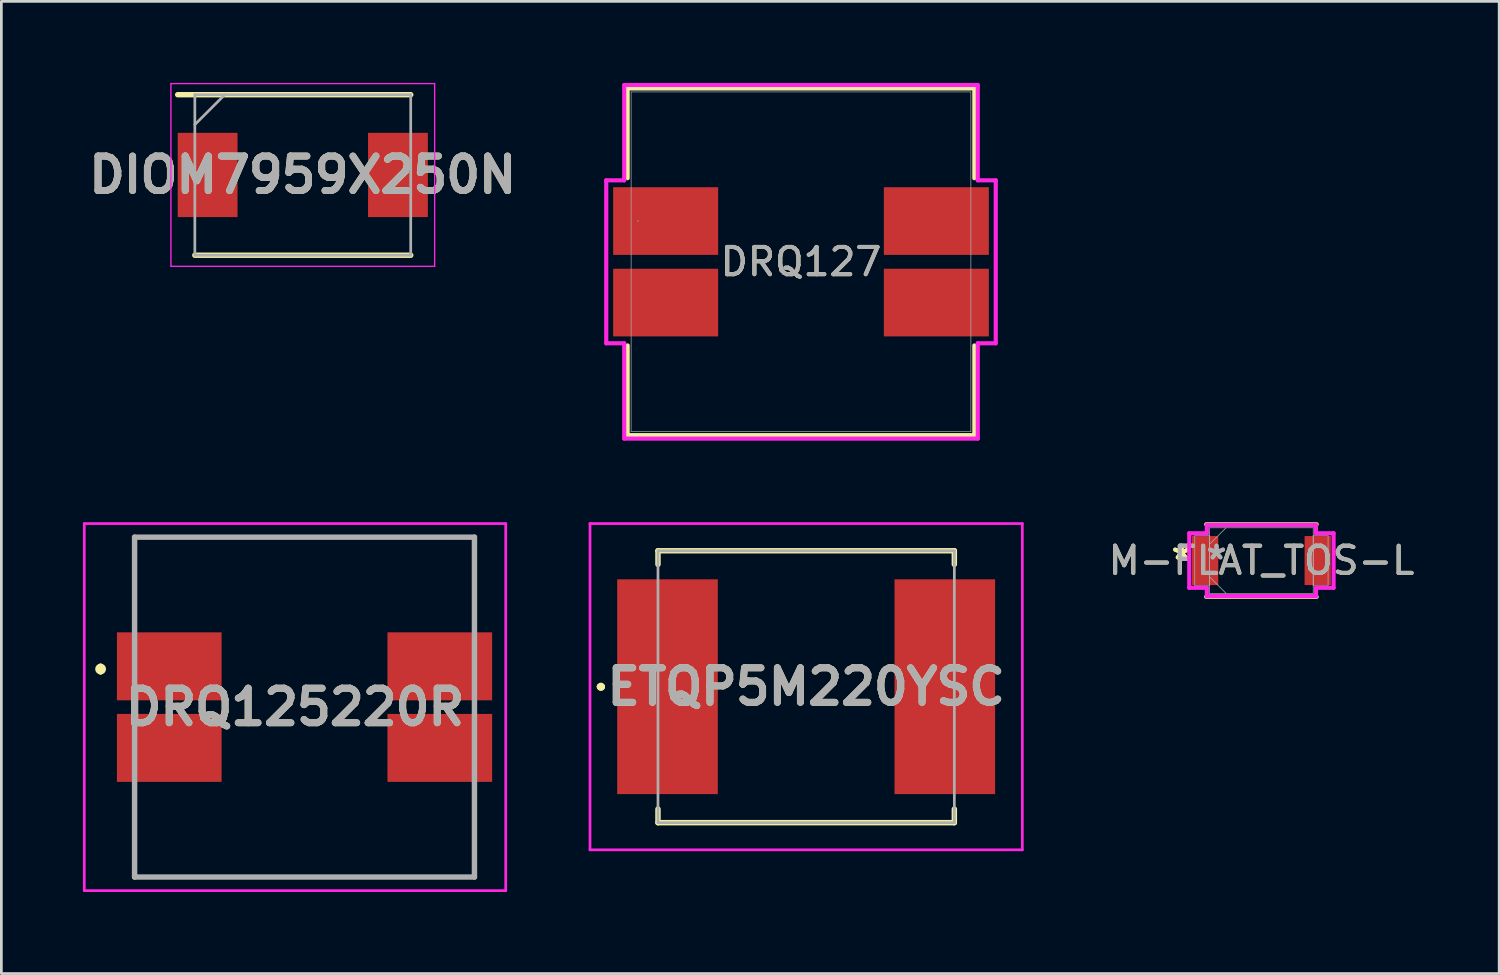
<source format=kicad_pcb>
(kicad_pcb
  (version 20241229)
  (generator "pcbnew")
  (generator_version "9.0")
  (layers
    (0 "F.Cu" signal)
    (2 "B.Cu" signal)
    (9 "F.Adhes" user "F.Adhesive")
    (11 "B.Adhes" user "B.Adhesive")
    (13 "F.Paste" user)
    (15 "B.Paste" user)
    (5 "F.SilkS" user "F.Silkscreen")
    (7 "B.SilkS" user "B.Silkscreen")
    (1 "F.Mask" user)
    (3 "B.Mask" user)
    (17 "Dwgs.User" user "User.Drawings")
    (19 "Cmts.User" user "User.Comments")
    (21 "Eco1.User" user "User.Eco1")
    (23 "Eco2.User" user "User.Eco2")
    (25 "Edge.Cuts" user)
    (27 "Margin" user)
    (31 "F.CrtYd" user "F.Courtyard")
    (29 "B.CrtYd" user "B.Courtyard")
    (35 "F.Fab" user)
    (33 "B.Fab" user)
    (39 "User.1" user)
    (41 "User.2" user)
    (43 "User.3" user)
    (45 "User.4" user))
  (footprint "M-FLAT_TOS-L"
    (layer "F.Cu")
    (at 43.344 17.567)
    (property "Reference" "M-FLAT_TOS-L" (at 0 0 0) (unlocked yes) (layer "F.SilkS") (effects (font (size 1 1) (thickness 0.15))))
    (attr smd)
    (fp_line (start -2.032 1.333) (end 2.032 1.333) (stroke (width 0.152) (type solid)) (layer "F.SilkS"))
    (fp_line (start 2.032 -1.333) (end -2.032 -1.333) (stroke (width 0.152) (type solid)) (layer "F.SilkS"))
    (fp_line (start -2.654 -1.003) (end -2.007 -1.003) (stroke (width 0.152) (type solid)) (layer "F.CrtYd"))
    (fp_line (start -2.654 1.003) (end -2.654 -1.003) (stroke (width 0.152) (type solid)) (layer "F.CrtYd"))
    (fp_line (start -2.007 -1.308) (end 2.007 -1.308) (stroke (width 0.152) (type solid)) (layer "F.CrtYd"))
    (fp_line (start -2.007 -1.003) (end -2.007 -1.308) (stroke (width 0.152) (type solid)) (layer "F.CrtYd"))
    (fp_line (start -2.007 1.003) (end -2.654 1.003) (stroke (width 0.152) (type solid)) (layer "F.CrtYd"))
    (fp_line (start -2.007 1.308) (end -2.007 1.003) (stroke (width 0.152) (type solid)) (layer "F.CrtYd"))
    (fp_line (start 2.007 -1.308) (end 2.007 -1.003) (stroke (width 0.152) (type solid)) (layer "F.CrtYd"))
    (fp_line (start 2.007 -1.003) (end 2.654 -1.003) (stroke (width 0.152) (type solid)) (layer "F.CrtYd"))
    (fp_line (start 2.007 1.003) (end 2.007 1.308) (stroke (width 0.152) (type solid)) (layer "F.CrtYd"))
    (fp_line (start 2.007 1.308) (end -2.007 1.308) (stroke (width 0.152) (type solid)) (layer "F.CrtYd"))
    (fp_line (start 2.654 -1.003) (end 2.654 1.003) (stroke (width 0.152) (type solid)) (layer "F.CrtYd"))
    (fp_line (start 2.654 1.003) (end 2.007 1.003) (stroke (width 0.152) (type solid)) (layer "F.CrtYd"))
    (fp_line (start -2.451 -0.927) (end -2.451 0.927) (stroke (width 0.025) (type solid)) (layer "F.Fab"))
    (fp_line (start -2.451 0.927) (end -1.905 0.927) (stroke (width 0.025) (type solid)) (layer "F.Fab"))
    (fp_line (start -1.905 -1.206) (end -1.905 1.206) (stroke (width 0.025) (type solid)) (layer "F.Fab"))
    (fp_line (start -1.905 -0.927) (end -2.451 -0.927) (stroke (width 0.025) (type solid)) (layer "F.Fab"))
    (fp_line (start -1.905 -0.603) (end -1.302 -1.206) (stroke (width 0.025) (type solid)) (layer "F.Fab"))
    (fp_line (start -1.905 0.603) (end -1.302 1.206) (stroke (width 0.025) (type solid)) (layer "F.Fab"))
    (fp_line (start -1.905 0.927) (end -1.905 -0.927) (stroke (width 0.025) (type solid)) (layer "F.Fab"))
    (fp_line (start -1.905 1.206) (end 1.905 1.206) (stroke (width 0.025) (type solid)) (layer "F.Fab"))
    (fp_line (start 1.905 -1.206) (end -1.905 -1.206) (stroke (width 0.025) (type solid)) (layer "F.Fab"))
    (fp_line (start 1.905 -0.927) (end 1.905 0.927) (stroke (width 0.025) (type solid)) (layer "F.Fab"))
    (fp_line (start 1.905 0.927) (end 2.451 0.927) (stroke (width 0.025) (type solid)) (layer "F.Fab"))
    (fp_line (start 1.905 1.206) (end 1.905 -1.206) (stroke (width 0.025) (type solid)) (layer "F.Fab"))
    (fp_line (start 2.451 -0.927) (end 1.905 -0.927) (stroke (width 0.025) (type solid)) (layer "F.Fab"))
    (fp_line (start 2.451 0.927) (end 2.451 -0.927) (stroke (width 0.025) (type solid)) (layer "F.Fab"))
    (fp_text user "*" (at -2.934 0 0) (unlocked yes) (layer "F.SilkS") (effects (font (size 1 1) (thickness 0.15))))
    (fp_text user "*" (at -2.934 0 0) (layer "F.SilkS") (effects (font (size 1 1) (thickness 0.15))))
    (fp_text user "*" (at -1.651 0 0) (unlocked yes) (layer "F.Fab") (effects (font (size 1 1) (thickness 0.15))))
    (fp_text user "${REFERENCE}" (at 0 0 0) (unlocked yes) (layer "F.Fab") (effects (font (size 1 1) (thickness 0.15))))
    (fp_text user "*" (at -1.651 0 0) (layer "F.Fab") (effects (font (size 1 1) (thickness 0.15))))
    (pad "1" smd rect (at -2.07 0) (size 0.965 1.803) (layers "F.Cu" "F.Mask" "F.Paste"))
    (pad "2" smd rect (at 2.07 0) (size 0.965 1.803) (layers "F.Cu" "F.Mask" "F.Paste"))
    (zone (net_name "") (layer "F.Cu") (hatch full 0.508) (connect_pads) (min_thickness 0.254) (filled_areas_thickness no) (keepout (tracks not_allowed) (vias not_allowed) (pads allowed) (copperpour not_allowed) (footprints allowed)) (placement (enabled no)) (fill) (polygon (pts (xy 41.807 16.411) (xy 44.881 16.411) (xy 44.881 18.723) (xy 41.807 18.723)))))
  (footprint "DRQ125220R"
    (layer "F.Cu")
    (at 8.15 22.957)
    (property "Reference" "DRQ125220R" (at -0.35 0 0) (layer "F.SilkS") (effects (font (size 1.27 1.27) (thickness 0.254))))
    (attr smd)
    (fp_line (start -7.5 -1.5) (end -7.5 -1.5) (stroke (width 0.2) (type solid)) (layer "F.SilkS"))
    (fp_line (start -7.5 -1.3) (end -7.5 -1.3) (stroke (width 0.2) (type solid)) (layer "F.SilkS"))
    (fp_line (start -6.25 -6.25) (end 6.25 -6.25) (stroke (width 0.1) (type solid)) (layer "F.SilkS"))
    (fp_line (start -6.25 -3.5) (end -6.25 -6.25) (stroke (width 0.1) (type solid)) (layer "F.SilkS"))
    (fp_line (start -6.25 3.5) (end -6.25 6.25) (stroke (width 0.1) (type solid)) (layer "F.SilkS"))
    (fp_line (start -6.25 6.25) (end 6.25 6.25) (stroke (width 0.1) (type solid)) (layer "F.SilkS"))
    (fp_line (start 6.25 -6.25) (end 6.25 -3.5) (stroke (width 0.1) (type solid)) (layer "F.SilkS"))
    (fp_line (start 6.25 6.25) (end 6.25 3.5) (stroke (width 0.1) (type solid)) (layer "F.SilkS"))
    (fp_arc (start -7.5 -1.5) (mid -7.4 -1.4) (end -7.5 -1.3) (stroke (width 0.2) (type solid)) (layer "F.SilkS"))
    (fp_arc (start -7.5 -1.3) (mid -7.6 -1.4) (end -7.5 -1.5) (stroke (width 0.2) (type solid)) (layer "F.SilkS"))
    (fp_line (start -8.1 -6.75) (end 7.4 -6.75) (stroke (width 0.1) (type solid)) (layer "F.CrtYd"))
    (fp_line (start -8.1 6.75) (end -8.1 -6.75) (stroke (width 0.1) (type solid)) (layer "F.CrtYd"))
    (fp_line (start 7.4 -6.75) (end 7.4 6.75) (stroke (width 0.1) (type solid)) (layer "F.CrtYd"))
    (fp_line (start 7.4 6.75) (end -8.1 6.75) (stroke (width 0.1) (type solid)) (layer "F.CrtYd"))
    (fp_line (start -6.25 -6.25) (end 6.25 -6.25) (stroke (width 0.2) (type solid)) (layer "F.Fab"))
    (fp_line (start -6.25 6.25) (end -6.25 -6.25) (stroke (width 0.2) (type solid)) (layer "F.Fab"))
    (fp_line (start 6.25 -6.25) (end 6.25 6.25) (stroke (width 0.2) (type solid)) (layer "F.Fab"))
    (fp_line (start 6.25 6.25) (end -6.25 6.25) (stroke (width 0.2) (type solid)) (layer "F.Fab"))
    (fp_text user "${REFERENCE}" (at -0.35 0 0) (layer "F.Fab") (effects (font (size 1.27 1.27) (thickness 0.254))))
    (pad "1" smd rect (at -4.975 -1.5 90) (size 2.5 3.85) (layers "F.Cu" "F.Mask" "F.Paste"))
    (pad "2" smd rect (at -4.975 1.5 90) (size 2.5 3.85) (layers "F.Cu" "F.Mask" "F.Paste"))
    (pad "3" smd rect (at 4.975 1.5 90) (size 2.5 3.85) (layers "F.Cu" "F.Mask" "F.Paste"))
    (pad "4" smd rect (at 4.975 -1.5 90) (size 2.5 3.85) (layers "F.Cu" "F.Mask" "F.Paste")))
  (footprint "ETQP5M220YSC"
    (layer "F.Cu")
    (at 26.6 22.207)
    (property "Reference" "ETQP5M220YSC" (at 0 0 0) (layer "F.SilkS") (effects (font (size 1.27 1.27) (thickness 0.254))))
    (attr smd)
    (fp_line (start -7.6 0) (end -7.6 0) (stroke (width 0.2) (type solid)) (layer "F.SilkS"))
    (fp_line (start -7.6 0) (end -7.6 0) (stroke (width 0.2) (type solid)) (layer "F.SilkS"))
    (fp_line (start -7.5 0) (end -7.5 0) (stroke (width 0.2) (type solid)) (layer "F.SilkS"))
    (fp_line (start -5.45 -5) (end 5.45 -5) (stroke (width 0.2) (type solid)) (layer "F.SilkS"))
    (fp_line (start -5.45 -4.5) (end -5.45 -5) (stroke (width 0.2) (type solid)) (layer "F.SilkS"))
    (fp_line (start -5.45 4.5) (end -5.45 5) (stroke (width 0.2) (type solid)) (layer "F.SilkS"))
    (fp_line (start -5.45 5) (end 5.45 5) (stroke (width 0.2) (type solid)) (layer "F.SilkS"))
    (fp_line (start 5.45 -5) (end 5.45 -4.5) (stroke (width 0.2) (type solid)) (layer "F.SilkS"))
    (fp_line (start 5.45 5) (end 5.45 4.5) (stroke (width 0.2) (type solid)) (layer "F.SilkS"))
    (fp_arc (start -7.6 0) (mid -7.55 -0.05) (end -7.5 0) (stroke (width 0.2) (type solid)) (layer "F.SilkS"))
    (fp_arc (start -7.5 0) (mid -7.55 0.05) (end -7.6 0) (stroke (width 0.2) (type solid)) (layer "F.SilkS"))
    (fp_arc (start -7.5 0) (mid -7.55 0.05) (end -7.6 0) (stroke (width 0.2) (type solid)) (layer "F.SilkS"))
    (fp_line (start -7.95 -6) (end 7.95 -6) (stroke (width 0.1) (type solid)) (layer "F.CrtYd"))
    (fp_line (start -7.95 6) (end -7.95 -6) (stroke (width 0.1) (type solid)) (layer "F.CrtYd"))
    (fp_line (start 7.95 -6) (end 7.95 6) (stroke (width 0.1) (type solid)) (layer "F.CrtYd"))
    (fp_line (start 7.95 6) (end -7.95 6) (stroke (width 0.1) (type solid)) (layer "F.CrtYd"))
    (fp_line (start -5.45 -5) (end -5.45 5) (stroke (width 0.1) (type solid)) (layer "F.Fab"))
    (fp_line (start -5.45 5) (end 5.45 5) (stroke (width 0.1) (type solid)) (layer "F.Fab"))
    (fp_line (start 5.45 -5) (end -5.45 -5) (stroke (width 0.1) (type solid)) (layer "F.Fab"))
    (fp_line (start 5.45 5) (end 5.45 -5) (stroke (width 0.1) (type solid)) (layer "F.Fab"))
    (fp_text user "${REFERENCE}" (at 0 0 0) (layer "F.Fab") (effects (font (size 1.27 1.27) (thickness 0.254))))
    (pad "1" smd rect (at -5.1 0) (size 3.7 7.9) (layers "F.Cu" "F.Mask" "F.Paste"))
    (pad "2" smd rect (at 5.1 0) (size 3.7 7.9) (layers "F.Cu" "F.Mask" "F.Paste")))
  (footprint "DIOM7959X250N"
    (layer "F.Cu")
    (at 8.086 3.385)
    (property "Reference" "DIOM7959X250N" (at 0 0 0) (layer "F.SilkS") (effects (font (size 1.27 1.27) (thickness 0.254))))
    (attr smd)
    (fp_line (start -3.97 2.952) (end 3.97 2.952) (stroke (width 0.2) (type solid)) (layer "F.SilkS"))
    (fp_line (start 3.97 -2.952) (end -4.6 -2.952) (stroke (width 0.2) (type solid)) (layer "F.SilkS"))
    (fp_line (start -4.85 -3.36) (end 4.85 -3.36) (stroke (width 0.05) (type solid)) (layer "F.CrtYd"))
    (fp_line (start -4.85 3.36) (end -4.85 -3.36) (stroke (width 0.05) (type solid)) (layer "F.CrtYd"))
    (fp_line (start 4.85 -3.36) (end 4.85 3.36) (stroke (width 0.05) (type solid)) (layer "F.CrtYd"))
    (fp_line (start 4.85 3.36) (end -4.85 3.36) (stroke (width 0.05) (type solid)) (layer "F.CrtYd"))
    (fp_line (start -3.97 -2.952) (end 3.97 -2.952) (stroke (width 0.1) (type solid)) (layer "F.Fab"))
    (fp_line (start -3.97 -1.852) (end -2.87 -2.952) (stroke (width 0.1) (type solid)) (layer "F.Fab"))
    (fp_line (start -3.97 2.952) (end -3.97 -2.952) (stroke (width 0.1) (type solid)) (layer "F.Fab"))
    (fp_line (start 3.97 -2.952) (end 3.97 2.952) (stroke (width 0.1) (type solid)) (layer "F.Fab"))
    (fp_line (start 3.97 2.952) (end -3.97 2.952) (stroke (width 0.1) (type solid)) (layer "F.Fab"))
    (fp_text user "${REFERENCE}" (at 0 0 0) (layer "F.Fab") (effects (font (size 1.27 1.27) (thickness 0.254))))
    (pad "1" smd rect (at -3.5 0) (size 2.2 3.1) (layers "F.Cu" "F.Mask" "F.Paste"))
    (pad "2" smd rect (at 3.5 0) (size 2.2 3.1) (layers "F.Cu" "F.Mask" "F.Paste")))
  (footprint "DRQ127"
    (layer "F.Cu")
    (at 26.41 6.579)
    (property "Reference" "DRQ127" (at 0 0 0) (unlocked yes) (layer "F.SilkS") (effects (font (size 1 1) (thickness 0.15))))
    (attr smd)
    (fp_line (start -6.375 -6.375) (end -6.375 -3.076) (stroke (width 0.152) (type solid)) (layer "F.SilkS"))
    (fp_line (start -6.375 3.076) (end -6.375 6.375) (stroke (width 0.152) (type solid)) (layer "F.SilkS"))
    (fp_line (start -6.375 6.375) (end 6.375 6.375) (stroke (width 0.152) (type solid)) (layer "F.SilkS"))
    (fp_line (start 6.375 -6.375) (end -6.375 -6.375) (stroke (width 0.152) (type solid)) (layer "F.SilkS"))
    (fp_line (start 6.375 -3.076) (end 6.375 -6.375) (stroke (width 0.152) (type solid)) (layer "F.SilkS"))
    (fp_line (start 6.375 6.375) (end 6.375 3.076) (stroke (width 0.152) (type solid)) (layer "F.SilkS"))
    (fp_line (start -7.163 -2.997) (end -6.502 -2.997) (stroke (width 0.152) (type solid)) (layer "F.CrtYd"))
    (fp_line (start -7.163 2.997) (end -7.163 -2.997) (stroke (width 0.152) (type solid)) (layer "F.CrtYd"))
    (fp_line (start -7.163 2.997) (end -6.502 2.997) (stroke (width 0.152) (type solid)) (layer "F.CrtYd"))
    (fp_line (start -6.502 -6.502) (end 6.502 -6.502) (stroke (width 0.152) (type solid)) (layer "F.CrtYd"))
    (fp_line (start -6.502 -2.997) (end -6.502 -6.502) (stroke (width 0.152) (type solid)) (layer "F.CrtYd"))
    (fp_line (start -6.502 6.502) (end -6.502 2.997) (stroke (width 0.152) (type solid)) (layer "F.CrtYd"))
    (fp_line (start 6.502 -6.502) (end 6.502 -2.997) (stroke (width 0.152) (type solid)) (layer "F.CrtYd"))
    (fp_line (start 6.502 2.997) (end 6.502 6.502) (stroke (width 0.152) (type solid)) (layer "F.CrtYd"))
    (fp_line (start 6.502 6.502) (end -6.502 6.502) (stroke (width 0.152) (type solid)) (layer "F.CrtYd"))
    (fp_line (start 7.163 -2.997) (end 6.502 -2.997) (stroke (width 0.152) (type solid)) (layer "F.CrtYd"))
    (fp_line (start 7.163 -2.997) (end 7.163 2.997) (stroke (width 0.152) (type solid)) (layer "F.CrtYd"))
    (fp_line (start 7.163 2.997) (end 6.502 2.997) (stroke (width 0.152) (type solid)) (layer "F.CrtYd"))
    (fp_line (start -6.248 -6.248) (end -6.248 6.248) (stroke (width 0.025) (type solid)) (layer "F.Fab"))
    (fp_line (start -6.248 6.248) (end 6.248 6.248) (stroke (width 0.025) (type solid)) (layer "F.Fab"))
    (fp_line (start 6.248 -6.248) (end -6.248 -6.248) (stroke (width 0.025) (type solid)) (layer "F.Fab"))
    (fp_line (start 6.248 6.248) (end 6.248 -6.248) (stroke (width 0.025) (type solid)) (layer "F.Fab"))
    (fp_circle (center -5.994 -1.499) (end -5.994 -1.499) (stroke (width 0.025) (type solid)) (fill no) (layer "F.Fab"))
    (fp_text user "${REFERENCE}" (at 0 0 0) (unlocked yes) (layer "F.Fab") (effects (font (size 1 1) (thickness 0.15))))
    (pad "1" smd rect (at -4.978 -1.499) (size 3.861 2.489) (layers "F.Cu" "F.Mask" "F.Paste"))
    (pad "2" smd rect (at -4.978 1.499) (size 3.861 2.489) (layers "F.Cu" "F.Mask" "F.Paste"))
    (pad "3" smd rect (at 4.978 1.499) (size 3.861 2.489) (layers "F.Cu" "F.Mask" "F.Paste"))
    (pad "4" smd rect (at 4.978 -1.499) (size 3.861 2.489) (layers "F.Cu" "F.Mask" "F.Paste")))
  (gr_rect
    (start -3 -3)
    (end 52.088 32.757)
    (stroke (width 0.1) (type default))
    (fill no)
    (layer "Edge.Cuts")))
</source>
